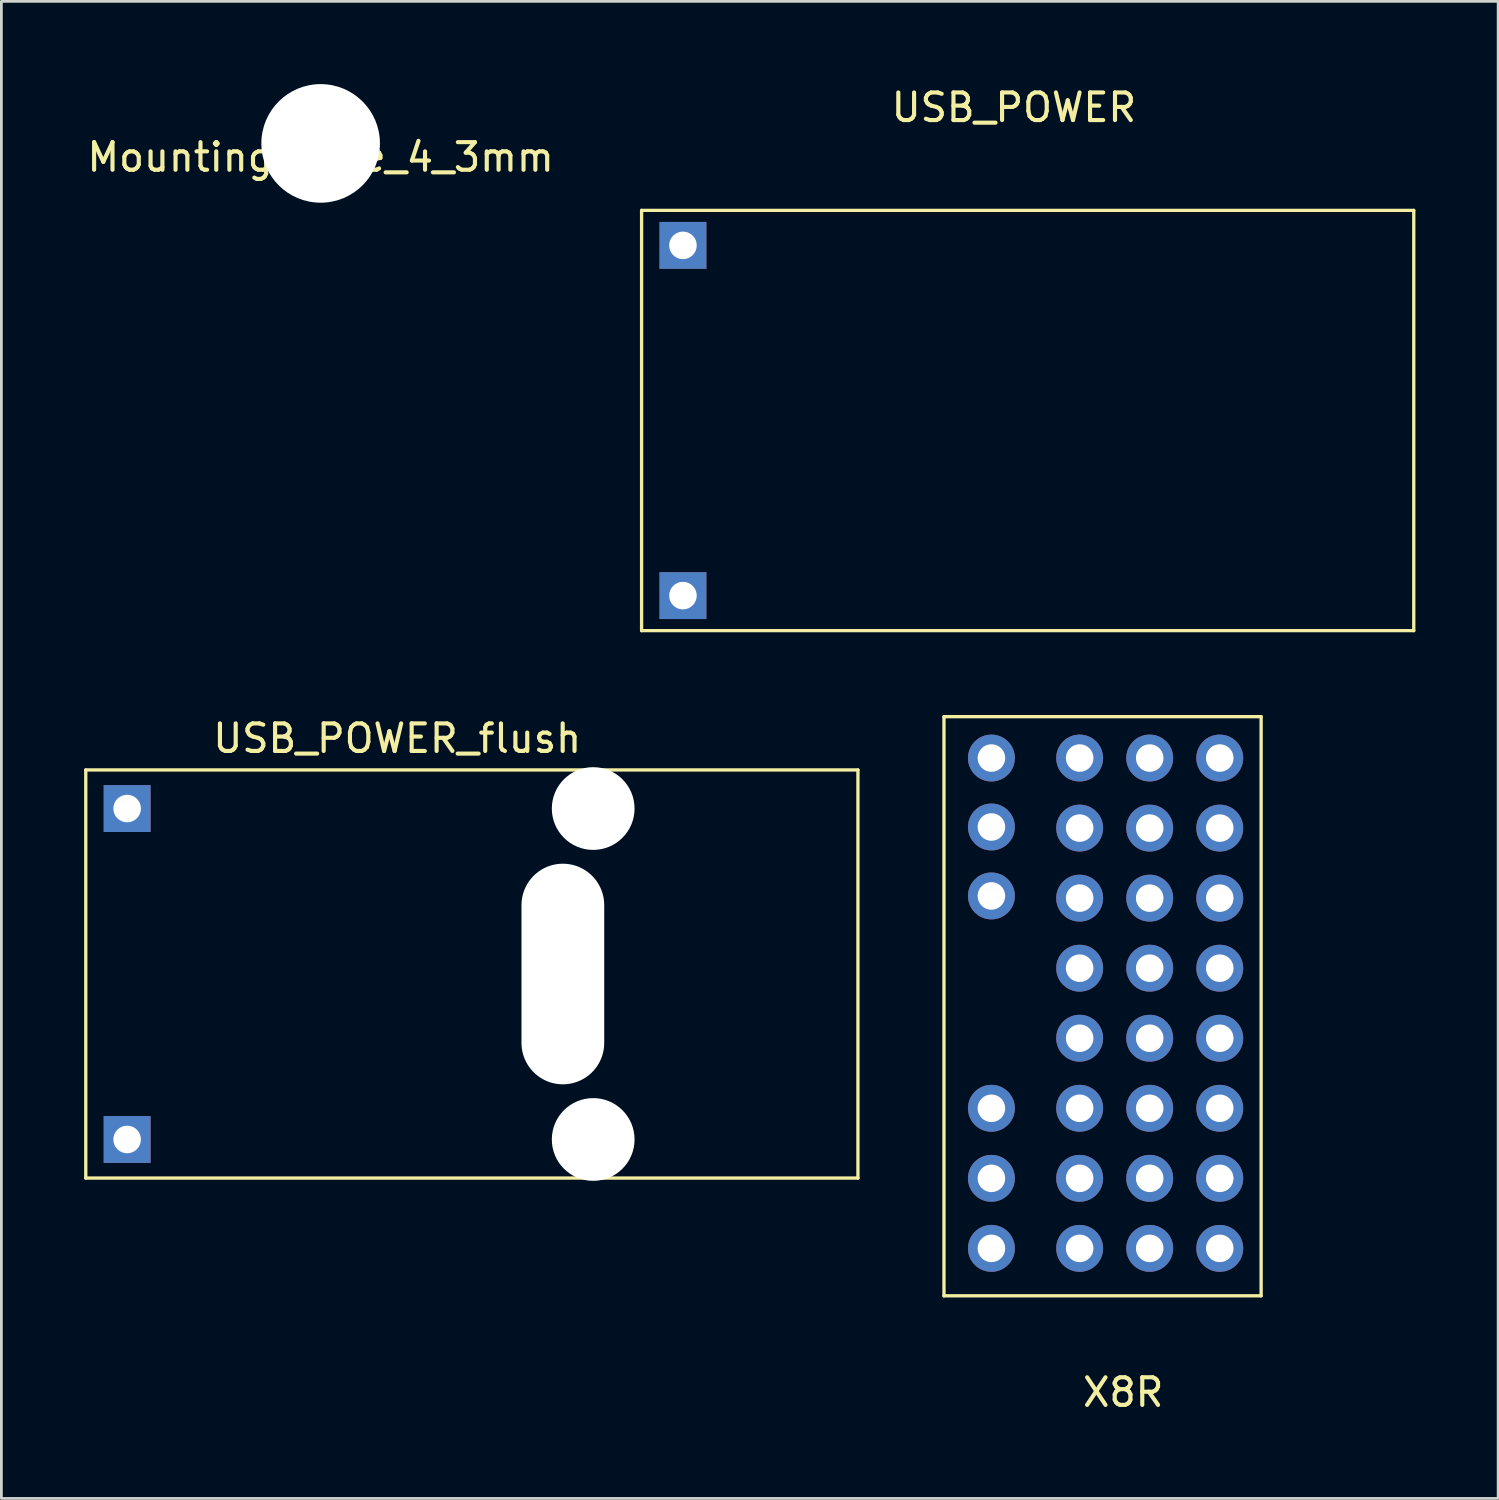
<source format=kicad_pcb>
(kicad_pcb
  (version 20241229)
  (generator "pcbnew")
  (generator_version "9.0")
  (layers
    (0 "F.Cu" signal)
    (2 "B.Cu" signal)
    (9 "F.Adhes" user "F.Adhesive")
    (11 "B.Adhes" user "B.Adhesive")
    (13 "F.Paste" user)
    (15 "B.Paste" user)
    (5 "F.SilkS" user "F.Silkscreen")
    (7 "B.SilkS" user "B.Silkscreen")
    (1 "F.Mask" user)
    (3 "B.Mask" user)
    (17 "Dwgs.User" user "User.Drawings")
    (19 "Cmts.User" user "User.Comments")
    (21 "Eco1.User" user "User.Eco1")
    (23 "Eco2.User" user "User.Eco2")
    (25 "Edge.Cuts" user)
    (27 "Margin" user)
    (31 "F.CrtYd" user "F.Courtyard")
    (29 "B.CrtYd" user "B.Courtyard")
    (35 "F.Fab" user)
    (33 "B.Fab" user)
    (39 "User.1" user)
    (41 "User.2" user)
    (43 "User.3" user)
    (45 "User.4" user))
  (footprint "USB_POWER_flush"
    (layer "F.Cu")
    (at 1.56 26.269)
    (property "Reference" "USB_POWER_flush" (at 9.794 -2.543 0) (layer "F.SilkS") (effects (font (size 1 1) (thickness 0.15))))
    (attr through_hole)
    (fp_line (start -1.5 -1.4) (end 26.5 -1.4) (stroke (width 0.12) (type solid)) (layer "F.SilkS"))
    (fp_line (start -1.5 13.4) (end -1.5 -1.4) (stroke (width 0.12) (type solid)) (layer "F.SilkS"))
    (fp_line (start 26.5 -1.4) (end 26.5 13.4) (stroke (width 0.12) (type solid)) (layer "F.SilkS"))
    (fp_line (start 26.5 13.4) (end -1.5 13.4) (stroke (width 0.12) (type solid)) (layer "F.SilkS"))
    (fp_circle (center 16.9 0) (end 18.3 0) (stroke (width 0.12) (type solid)) (fill no) (layer "F.SilkS"))
    (fp_circle (center 16.9 12) (end 18.3 12) (stroke (width 0.12) (type solid)) (fill no) (layer "F.SilkS"))
    (pad "" np_thru_hole oval (at 15.8 6) (size 3 8) (drill oval 3 8) (layers "*.Mask" "B.Cu"))
    (pad "" np_thru_hole circle (at 16.9 0) (size 3 3) (drill 3) (layers "*.Mask" "F.Cu"))
    (pad "" np_thru_hole circle (at 16.9 12) (size 3 3) (drill 3) (layers "*.Mask" "F.Cu"))
    (pad "1" thru_hole rect (at 0 12) (size 1.7 1.7) (drill 1) (layers "*.Cu" "*.Mask"))
    (pad "2" thru_hole rect (at 0 0) (size 1.7 1.7) (drill 1) (layers "*.Cu" "*.Mask")))
  (footprint "Mounting_Hole_4_3mm"
    (layer "F.Cu")
    (at 8.577 2.15)
    (property "Reference" "Mounting_Hole_4_3mm" (at 0 0.5 0) (layer "F.SilkS") (effects (font (size 1 1) (thickness 0.15))))
    (attr through_hole)
    (pad "" np_thru_hole circle (at 0 0) (size 4.3 4.3) (drill 4.3) (layers "*.Cu" "*.Mask")))
  (footprint "X8R"
    (layer "F.Cu")
    (at 41.18 24.438)
    (property "Reference" "X8R" (at -3.5 23 0) (layer "F.SilkS") (effects (font (size 1 1) (thickness 0.15))))
    (attr through_hole)
    (fp_line (start -10 -1.5) (end -10 19.5) (stroke (width 0.12) (type solid)) (layer "F.SilkS"))
    (fp_line (start -10 19.5) (end 1.5 19.5) (stroke (width 0.12) (type solid)) (layer "F.SilkS"))
    (fp_line (start 1.5 -1.5) (end -10 -1.5) (stroke (width 0.12) (type solid)) (layer "F.SilkS"))
    (fp_line (start 1.5 19.5) (end 1.5 -1.5) (stroke (width 0.12) (type solid)) (layer "F.SilkS"))
    (pad "1" thru_hole circle (at 0 0) (size 1.7 1.7) (drill 1) (layers "*.Cu" "*.Mask"))
    (pad "2" thru_hole circle (at 0 2.54) (size 1.7 1.7) (drill 1) (layers "*.Cu" "*.Mask"))
    (pad "3" thru_hole circle (at 0 5.08) (size 1.7 1.7) (drill 1) (layers "*.Cu" "*.Mask"))
    (pad "4" thru_hole circle (at 0 7.62) (size 1.7 1.7) (drill 1) (layers "*.Cu" "*.Mask"))
    (pad "5" thru_hole circle (at 0 10.16) (size 1.7 1.7) (drill 1) (layers "*.Cu" "*.Mask"))
    (pad "6" thru_hole circle (at 0 12.7) (size 1.7 1.7) (drill 1) (layers "*.Cu" "*.Mask"))
    (pad "7" thru_hole circle (at 0 15.24) (size 1.7 1.7) (drill 1) (layers "*.Cu" "*.Mask"))
    (pad "8" thru_hole circle (at 0 17.78) (size 1.7 1.7) (drill 1) (layers "*.Cu" "*.Mask"))
    (pad "9" thru_hole circle (at -2.54 0) (size 1.7 1.7) (drill 1) (layers "*.Cu" "*.Mask"))
    (pad "10" thru_hole circle (at -2.54 2.54) (size 1.7 1.7) (drill 1) (layers "*.Cu" "*.Mask"))
    (pad "11" thru_hole circle (at -2.54 5.08) (size 1.7 1.7) (drill 1) (layers "*.Cu" "*.Mask"))
    (pad "12" thru_hole circle (at -2.54 7.62) (size 1.7 1.7) (drill 1) (layers "*.Cu" "*.Mask"))
    (pad "13" thru_hole circle (at -2.54 10.16) (size 1.7 1.7) (drill 1) (layers "*.Cu" "*.Mask"))
    (pad "14" thru_hole circle (at -2.54 12.7) (size 1.7 1.7) (drill 1) (layers "*.Cu" "*.Mask"))
    (pad "15" thru_hole circle (at -2.54 15.24) (size 1.7 1.7) (drill 1) (layers "*.Cu" "*.Mask"))
    (pad "16" thru_hole circle (at -2.54 17.78) (size 1.7 1.7) (drill 1) (layers "*.Cu" "*.Mask"))
    (pad "17" thru_hole circle (at -5.08 0) (size 1.7 1.7) (drill 1) (layers "*.Cu" "*.Mask"))
    (pad "18" thru_hole circle (at -5.08 2.54) (size 1.7 1.7) (drill 1) (layers "*.Cu" "*.Mask"))
    (pad "19" thru_hole circle (at -5.08 5.08) (size 1.7 1.7) (drill 1) (layers "*.Cu" "*.Mask"))
    (pad "20" thru_hole circle (at -5.08 7.62) (size 1.7 1.7) (drill 1) (layers "*.Cu" "*.Mask"))
    (pad "21" thru_hole circle (at -5.08 10.16) (size 1.7 1.7) (drill 1) (layers "*.Cu" "*.Mask"))
    (pad "22" thru_hole circle (at -5.08 12.7) (size 1.7 1.7) (drill 1) (layers "*.Cu" "*.Mask"))
    (pad "23" thru_hole circle (at -5.08 15.24) (size 1.7 1.7) (drill 1) (layers "*.Cu" "*.Mask"))
    (pad "24" thru_hole circle (at -5.08 17.78) (size 1.7 1.7) (drill 1) (layers "*.Cu" "*.Mask"))
    (pad "25" thru_hole circle (at -8.28 0) (size 1.7 1.7) (drill 1) (layers "*.Cu" "*.Mask"))
    (pad "26" thru_hole circle (at -8.28 2.5) (size 1.7 1.7) (drill 1) (layers "*.Cu" "*.Mask"))
    (pad "27" thru_hole circle (at -8.28 5) (size 1.7 1.7) (drill 1) (layers "*.Cu" "*.Mask"))
    (pad "28" thru_hole circle (at -8.28 12.7) (size 1.7 1.7) (drill 1) (layers "*.Cu" "*.Mask"))
    (pad "29" thru_hole circle (at -8.28 15.24) (size 1.7 1.7) (drill 1) (layers "*.Cu" "*.Mask"))
    (pad "30" thru_hole circle (at -8.28 17.78) (size 1.7 1.7) (drill 1) (layers "*.Cu" "*.Mask")))
  (footprint "USB_POWER"
    (layer "F.Cu")
    (at 21.715 5.848)
    (property "Reference" "USB_POWER" (at 12 -5 0) (layer "F.SilkS") (effects (font (size 1 1) (thickness 0.15))))
    (attr through_hole)
    (fp_line (start -1.5 -1.27) (end 26.5 -1.27) (stroke (width 0.12) (type solid)) (layer "F.SilkS"))
    (fp_line (start -1.5 13.97) (end -1.5 -1.27) (stroke (width 0.12) (type solid)) (layer "F.SilkS"))
    (fp_line (start 26.5 -1.27) (end 26.5 13.97) (stroke (width 0.12) (type solid)) (layer "F.SilkS"))
    (fp_line (start 26.5 13.97) (end -1.5 13.97) (stroke (width 0.12) (type solid)) (layer "F.SilkS"))
    (pad "1" thru_hole rect (at 0 0) (size 1.7 1.7) (drill 1) (layers "*.Cu" "*.Mask"))
    (pad "2" thru_hole rect (at 0 12.7) (size 1.7 1.7) (drill 1) (layers "*.Cu" "*.Mask")))
  (gr_rect
    (start -3 -3)
    (end 51.275 51.286)
    (stroke (width 0.1) (type default))
    (fill no)
    (layer "Edge.Cuts")))
</source>
